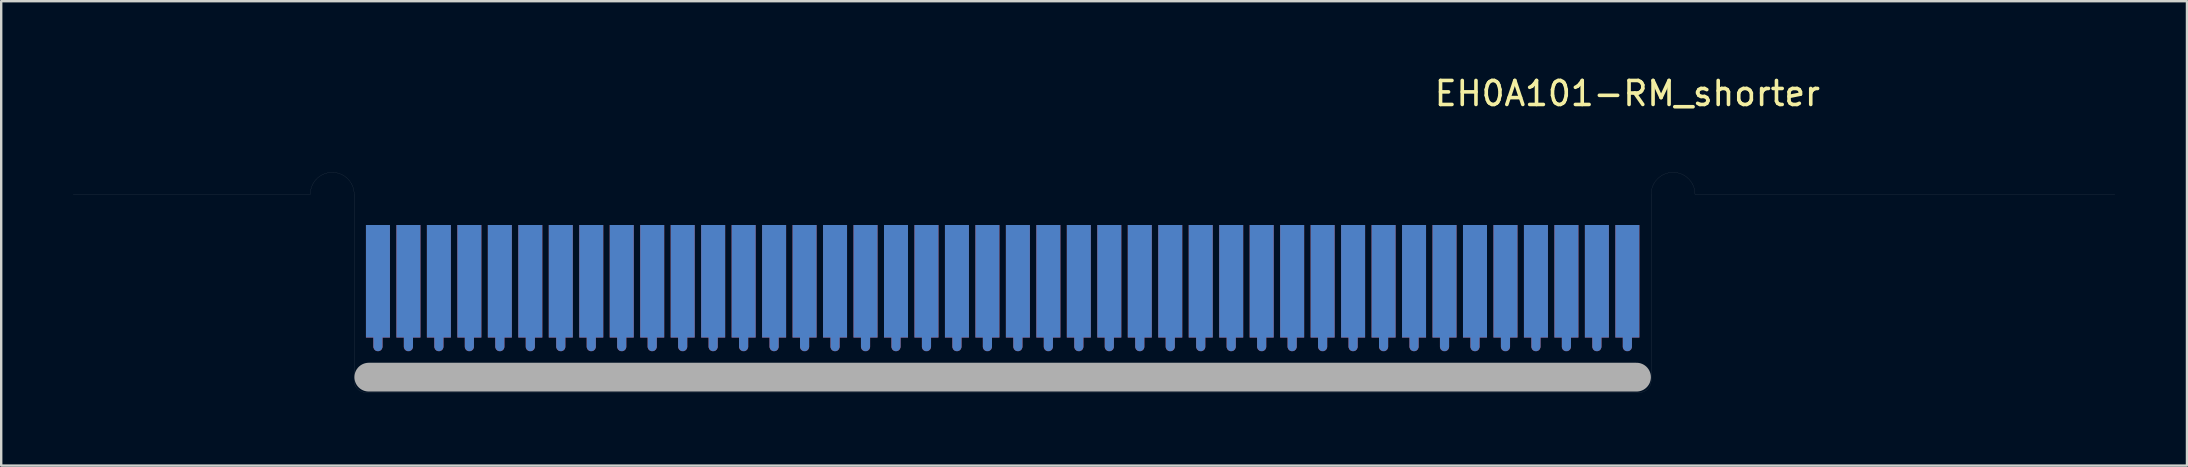
<source format=kicad_pcb>
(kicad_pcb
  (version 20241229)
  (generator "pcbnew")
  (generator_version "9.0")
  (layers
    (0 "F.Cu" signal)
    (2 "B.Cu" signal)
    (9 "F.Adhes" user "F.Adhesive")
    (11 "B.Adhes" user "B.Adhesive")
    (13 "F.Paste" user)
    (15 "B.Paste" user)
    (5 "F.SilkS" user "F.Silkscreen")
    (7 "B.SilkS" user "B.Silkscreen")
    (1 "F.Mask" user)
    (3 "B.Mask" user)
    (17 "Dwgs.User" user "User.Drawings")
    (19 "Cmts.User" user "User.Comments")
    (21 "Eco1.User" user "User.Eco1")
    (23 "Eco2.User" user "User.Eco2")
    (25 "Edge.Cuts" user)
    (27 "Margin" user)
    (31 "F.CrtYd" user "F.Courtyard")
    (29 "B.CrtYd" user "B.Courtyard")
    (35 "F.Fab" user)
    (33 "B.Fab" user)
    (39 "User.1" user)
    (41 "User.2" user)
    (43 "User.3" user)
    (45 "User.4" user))
  (footprint "EH0A101-RM_shorter"
    (layer "F.Cu")
    (at 64.771 5.048)
    (property "Reference" "EH0A101-RM_shorter" (at 0 -4.2 0) (layer "F.SilkS") (effects (font (size 1 1) (thickness 0.15))))
    (attr exclude_from_pos_files exclude_from_bom)
    (fp_poly (pts (xy 1.27 1.27) (xy 1.27 8.255) (xy -53.34 8.255) (xy -53.34 1.27)) (stroke (width 0.1) (type solid)) (fill yes) (layer "F.Mask"))
    (fp_poly (pts (xy 1.27 8.255) (xy 1.27 1.27) (xy -53.34 1.27) (xy -53.34 8.255)) (stroke (width 0.1) (type solid)) (fill yes) (layer "B.Mask"))
    (fp_line (start -54.889 0) (end -64.77 0) (stroke (width 0.003) (type solid)) (layer "Dwgs.User"))
    (fp_line (start -53.061 0) (end -53.061 7.772) (stroke (width 0.003) (type solid)) (layer "Dwgs.User"))
    (fp_line (start 0.508 8.255) (end -52.578 8.255) (stroke (width 0.003) (type solid)) (layer "Dwgs.User"))
    (fp_line (start 0.991 0) (end 0.991 7.772) (stroke (width 0.003) (type solid)) (layer "Dwgs.User"))
    (fp_line (start 20.32 0) (end 2.819 0) (stroke (width 0.003) (type solid)) (layer "Dwgs.User"))
    (fp_arc (start -54.8894 0) (mid -53.975 -0.9144) (end -53.0606 0) (stroke (width 0.00254) (type solid)) (layer "Dwgs.User"))
    (fp_arc (start -52.578 8.255) (mid -52.91925 8.11365) (end -53.0606 7.7724) (stroke (width 0.00254) (type solid)) (layer "Dwgs.User"))
    (fp_arc (start 0.9906 0) (mid 1.905 -0.9144) (end 2.8194 0) (stroke (width 0.00254) (type solid)) (layer "Dwgs.User"))
    (fp_arc (start 0.9906 7.7724) (mid 0.84925 8.11365) (end 0.508 8.255) (stroke (width 0.00254) (type solid)) (layer "Dwgs.User"))
    (fp_line (start -52.451 7.62) (end 0.381 7.62) (stroke (width 1.2) (type solid)) (layer "F.Fab"))
    (pad "A1" smd custom (at 0 1.778) (size 1 1) (layers "F.Cu" "F.Mask") (options (anchor rect)) (primitives (gr_line (start 0 0) (end 0 4.572) (width 0.381)) (gr_poly (pts (xy -0.5 -0.5) (xy 0.5 -0.5) (xy 0.5 4.191) (xy -0.5 4.191)) (width 0) (fill yes))))
    (pad "A2" smd custom (at -2.54 1.778) (size 1 1) (layers "F.Cu" "F.Mask") (options (anchor rect)) (primitives (gr_line (start 0 0) (end 0 4.572) (width 0.381)) (gr_poly (pts (xy -0.5 -0.5) (xy 0.5 -0.5) (xy 0.5 4.191) (xy -0.5 4.191)) (width 0) (fill yes))))
    (pad "A3" smd custom (at -5.08 1.778) (size 1 1) (layers "F.Cu" "F.Mask") (options (anchor rect)) (primitives (gr_line (start 0 0) (end 0 4.572) (width 0.381)) (gr_poly (pts (xy -0.5 -0.5) (xy 0.5 -0.5) (xy 0.5 4.191) (xy -0.5 4.191)) (width 0) (fill yes))))
    (pad "A4" smd custom (at -7.62 1.778) (size 1 1) (layers "F.Cu" "F.Mask") (options (anchor rect)) (primitives (gr_line (start 0 0) (end 0 4.572) (width 0.381)) (gr_poly (pts (xy -0.5 -0.5) (xy 0.5 -0.5) (xy 0.5 4.191) (xy -0.5 4.191)) (width 0) (fill yes))))
    (pad "A5" smd custom (at -10.16 1.778) (size 1 1) (layers "F.Cu" "F.Mask") (options (anchor rect)) (primitives (gr_line (start 0 0) (end 0 4.572) (width 0.381)) (gr_poly (pts (xy -0.5 -0.5) (xy 0.5 -0.5) (xy 0.5 4.191) (xy -0.5 4.191)) (width 0) (fill yes))))
    (pad "A6" smd custom (at -12.7 1.778) (size 1 1) (layers "F.Cu" "F.Mask") (options (anchor rect)) (primitives (gr_line (start 0 0) (end 0 4.572) (width 0.381)) (gr_poly (pts (xy -0.5 -0.5) (xy 0.5 -0.5) (xy 0.5 4.191) (xy -0.5 4.191)) (width 0) (fill yes))))
    (pad "A7" smd custom (at -15.24 1.778) (size 1 1) (layers "F.Cu" "F.Mask") (options (anchor rect)) (primitives (gr_line (start 0 0) (end 0 4.572) (width 0.381)) (gr_poly (pts (xy -0.5 -0.5) (xy 0.5 -0.5) (xy 0.5 4.191) (xy -0.5 4.191)) (width 0) (fill yes))))
    (pad "A8" smd custom (at -17.78 1.778) (size 1 1) (layers "F.Cu" "F.Mask") (options (anchor rect)) (primitives (gr_line (start 0 0) (end 0 4.572) (width 0.381)) (gr_poly (pts (xy -0.5 -0.5) (xy 0.5 -0.5) (xy 0.5 4.191) (xy -0.5 4.191)) (width 0) (fill yes))))
    (pad "A9" smd custom (at -20.32 1.778) (size 1 1) (layers "F.Cu" "F.Mask") (options (anchor rect)) (primitives (gr_line (start 0 0) (end 0 4.572) (width 0.381)) (gr_poly (pts (xy -0.5 -0.5) (xy 0.5 -0.5) (xy 0.5 4.191) (xy -0.5 4.191)) (width 0) (fill yes))))
    (pad "A10" smd custom (at -22.86 1.778) (size 1 1) (layers "F.Cu" "F.Mask") (options (anchor rect)) (primitives (gr_line (start 0 0) (end 0 4.572) (width 0.381)) (gr_poly (pts (xy -0.5 -0.5) (xy 0.5 -0.5) (xy 0.5 4.191) (xy -0.5 4.191)) (width 0) (fill yes))))
    (pad "A11" smd custom (at -25.4 1.778) (size 1 1) (layers "F.Cu" "F.Mask") (options (anchor rect)) (primitives (gr_line (start 0 0) (end 0 4.572) (width 0.381)) (gr_poly (pts (xy -0.5 -0.5) (xy 0.5 -0.5) (xy 0.5 4.191) (xy -0.5 4.191)) (width 0) (fill yes))))
    (pad "A12" smd custom (at -27.94 1.778) (size 1 1) (layers "F.Cu" "F.Mask") (options (anchor rect)) (primitives (gr_line (start 0 0) (end 0 4.572) (width 0.381)) (gr_poly (pts (xy -0.5 -0.5) (xy 0.5 -0.5) (xy 0.5 4.191) (xy -0.5 4.191)) (width 0) (fill yes))))
    (pad "A13" smd custom (at -30.48 1.778) (size 1 1) (layers "F.Cu" "F.Mask") (options (anchor rect)) (primitives (gr_line (start 0 0) (end 0 4.572) (width 0.381)) (gr_poly (pts (xy -0.5 -0.5) (xy 0.5 -0.5) (xy 0.5 4.191) (xy -0.5 4.191)) (width 0) (fill yes))))
    (pad "A14" smd custom (at -33.02 1.778) (size 1 1) (layers "F.Cu" "F.Mask") (options (anchor rect)) (primitives (gr_line (start 0 0) (end 0 4.572) (width 0.381)) (gr_poly (pts (xy -0.5 -0.5) (xy 0.5 -0.5) (xy 0.5 4.191) (xy -0.5 4.191)) (width 0) (fill yes))))
    (pad "A15" smd custom (at -35.56 1.778) (size 1 1) (layers "F.Cu" "F.Mask") (options (anchor rect)) (primitives (gr_line (start 0 0) (end 0 4.572) (width 0.381)) (gr_poly (pts (xy -0.5 -0.5) (xy 0.5 -0.5) (xy 0.5 4.191) (xy -0.5 4.191)) (width 0) (fill yes))))
    (pad "A16" smd custom (at -38.1 1.778) (size 1 1) (layers "F.Cu" "F.Mask") (options (anchor rect)) (primitives (gr_line (start 0 0) (end 0 4.572) (width 0.381)) (gr_poly (pts (xy -0.5 -0.5) (xy 0.5 -0.5) (xy 0.5 4.191) (xy -0.5 4.191)) (width 0) (fill yes))))
    (pad "A17" smd custom (at -40.64 1.778) (size 1 1) (layers "F.Cu" "F.Mask") (options (anchor rect)) (primitives (gr_line (start 0 0) (end 0 4.572) (width 0.381)) (gr_poly (pts (xy -0.5 -0.5) (xy 0.5 -0.5) (xy 0.5 4.191) (xy -0.5 4.191)) (width 0) (fill yes))))
    (pad "A18" smd custom (at -43.18 1.778) (size 1 1) (layers "F.Cu" "F.Mask") (options (anchor rect)) (primitives (gr_line (start 0 0) (end 0 4.572) (width 0.381)) (gr_poly (pts (xy -0.5 -0.5) (xy 0.5 -0.5) (xy 0.5 4.191) (xy -0.5 4.191)) (width 0) (fill yes))))
    (pad "A19" smd custom (at -45.72 1.778) (size 1 1) (layers "F.Cu" "F.Mask") (options (anchor rect)) (primitives (gr_line (start 0 0) (end 0 4.572) (width 0.381)) (gr_poly (pts (xy -0.5 -0.5) (xy 0.5 -0.5) (xy 0.5 4.191) (xy -0.5 4.191)) (width 0) (fill yes))))
    (pad "A20" smd custom (at -48.26 1.778) (size 1 1) (layers "F.Cu" "F.Mask") (options (anchor rect)) (primitives (gr_line (start 0 0) (end 0 4.572) (width 0.381)) (gr_poly (pts (xy -0.5 -0.5) (xy 0.5 -0.5) (xy 0.5 4.191) (xy -0.5 4.191)) (width 0) (fill yes))))
    (pad "A21" smd custom (at -50.8 1.778) (size 1 1) (layers "F.Cu" "F.Mask") (options (anchor rect)) (primitives (gr_line (start 0 0) (end 0 4.572) (width 0.381)) (gr_poly (pts (xy -0.5 -0.5) (xy 0.5 -0.5) (xy 0.5 4.191) (xy -0.5 4.191)) (width 0) (fill yes))))
    (pad "B1" smd custom (at -1.27 1.778) (size 1 1) (layers "B.Cu" "B.Mask") (options (anchor rect)) (primitives (gr_line (start 0 0) (end 0 4.572) (width 0.381)) (gr_poly (pts (xy -0.5 -0.5) (xy 0.5 -0.5) (xy 0.5 4.191) (xy -0.5 4.191)) (width 0) (fill yes))))
    (pad "B2" smd custom (at -3.81 1.778) (size 1 1) (layers "B.Cu" "B.Mask") (options (anchor rect)) (primitives (gr_line (start 0 0) (end 0 4.572) (width 0.381)) (gr_poly (pts (xy -0.5 -0.5) (xy 0.5 -0.5) (xy 0.5 4.191) (xy -0.5 4.191)) (width 0) (fill yes))))
    (pad "B3" smd custom (at -6.35 1.778) (size 1 1) (layers "B.Cu" "B.Mask") (options (anchor rect)) (primitives (gr_line (start 0 0) (end 0 4.572) (width 0.381)) (gr_poly (pts (xy -0.5 -0.5) (xy 0.5 -0.5) (xy 0.5 4.191) (xy -0.5 4.191)) (width 0) (fill yes))))
    (pad "B4" smd custom (at -8.89 1.778) (size 1 1) (layers "B.Cu" "B.Mask") (options (anchor rect)) (primitives (gr_line (start 0 0) (end 0 4.572) (width 0.381)) (gr_poly (pts (xy -0.5 -0.5) (xy 0.5 -0.5) (xy 0.5 4.191) (xy -0.5 4.191)) (width 0) (fill yes))))
    (pad "B5" smd custom (at -11.43 1.778) (size 1 1) (layers "B.Cu" "B.Mask") (options (anchor rect)) (primitives (gr_line (start 0 0) (end 0 4.572) (width 0.381)) (gr_poly (pts (xy -0.5 -0.5) (xy 0.5 -0.5) (xy 0.5 4.191) (xy -0.5 4.191)) (width 0) (fill yes))))
    (pad "B6" smd custom (at -13.97 1.778) (size 1 1) (layers "B.Cu" "B.Mask") (options (anchor rect)) (primitives (gr_line (start 0 0) (end 0 4.572) (width 0.381)) (gr_poly (pts (xy -0.5 -0.5) (xy 0.5 -0.5) (xy 0.5 4.191) (xy -0.5 4.191)) (width 0) (fill yes))))
    (pad "B7" smd custom (at -16.51 1.778) (size 1 1) (layers "B.Cu" "B.Mask") (options (anchor rect)) (primitives (gr_line (start 0 0) (end 0 4.572) (width 0.381)) (gr_poly (pts (xy -0.5 -0.5) (xy 0.5 -0.5) (xy 0.5 4.191) (xy -0.5 4.191)) (width 0) (fill yes))))
    (pad "B8" smd custom (at -19.05 1.778) (size 1 1) (layers "B.Cu" "B.Mask") (options (anchor rect)) (primitives (gr_line (start 0 0) (end 0 4.572) (width 0.381)) (gr_poly (pts (xy -0.5 -0.5) (xy 0.5 -0.5) (xy 0.5 4.191) (xy -0.5 4.191)) (width 0) (fill yes))))
    (pad "B9" smd custom (at -21.59 1.778) (size 1 1) (layers "B.Cu" "B.Mask") (options (anchor rect)) (primitives (gr_line (start 0 0) (end 0 4.572) (width 0.381)) (gr_poly (pts (xy -0.5 -0.5) (xy 0.5 -0.5) (xy 0.5 4.191) (xy -0.5 4.191)) (width 0) (fill yes))))
    (pad "B10" smd custom (at -24.13 1.778) (size 1 1) (layers "B.Cu" "B.Mask") (options (anchor rect)) (primitives (gr_line (start 0 0) (end 0 4.572) (width 0.381)) (gr_poly (pts (xy -0.5 -0.5) (xy 0.5 -0.5) (xy 0.5 4.191) (xy -0.5 4.191)) (width 0) (fill yes))))
    (pad "B11" smd custom (at -26.67 1.778) (size 1 1) (layers "B.Cu" "B.Mask") (options (anchor rect)) (primitives (gr_line (start 0 0) (end 0 4.572) (width 0.381)) (gr_poly (pts (xy -0.5 -0.5) (xy 0.5 -0.5) (xy 0.5 4.191) (xy -0.5 4.191)) (width 0) (fill yes))))
    (pad "B12" smd custom (at -29.21 1.778) (size 1 1) (layers "B.Cu" "B.Mask") (options (anchor rect)) (primitives (gr_line (start 0 0) (end 0 4.572) (width 0.381)) (gr_poly (pts (xy -0.5 -0.5) (xy 0.5 -0.5) (xy 0.5 4.191) (xy -0.5 4.191)) (width 0) (fill yes))))
    (pad "B13" smd custom (at -31.75 1.778) (size 1 1) (layers "B.Cu" "B.Mask") (options (anchor rect)) (primitives (gr_line (start 0 0) (end 0 4.572) (width 0.381)) (gr_poly (pts (xy -0.5 -0.5) (xy 0.5 -0.5) (xy 0.5 4.191) (xy -0.5 4.191)) (width 0) (fill yes))))
    (pad "B14" smd custom (at -34.29 1.778) (size 1 1) (layers "B.Cu" "B.Mask") (options (anchor rect)) (primitives (gr_line (start 0 0) (end 0 4.572) (width 0.381)) (gr_poly (pts (xy -0.5 -0.5) (xy 0.5 -0.5) (xy 0.5 4.191) (xy -0.5 4.191)) (width 0) (fill yes))))
    (pad "B15" smd custom (at -36.83 1.778) (size 1 1) (layers "B.Cu" "B.Mask") (options (anchor rect)) (primitives (gr_line (start 0 0) (end 0 4.572) (width 0.381)) (gr_poly (pts (xy -0.5 -0.5) (xy 0.5 -0.5) (xy 0.5 4.191) (xy -0.5 4.191)) (width 0) (fill yes))))
    (pad "B16" smd custom (at -39.37 1.778) (size 1 1) (layers "B.Cu" "B.Mask") (options (anchor rect)) (primitives (gr_line (start 0 0) (end 0 4.572) (width 0.381)) (gr_poly (pts (xy -0.5 -0.5) (xy 0.5 -0.5) (xy 0.5 4.191) (xy -0.5 4.191)) (width 0) (fill yes))))
    (pad "B17" smd custom (at -41.91 1.778) (size 1 1) (layers "B.Cu" "B.Mask") (options (anchor rect)) (primitives (gr_line (start 0 0) (end 0 4.572) (width 0.381)) (gr_poly (pts (xy -0.5 -0.5) (xy 0.5 -0.5) (xy 0.5 4.191) (xy -0.5 4.191)) (width 0) (fill yes))))
    (pad "B18" smd custom (at -44.45 1.778) (size 1 1) (layers "B.Cu" "B.Mask") (options (anchor rect)) (primitives (gr_line (start 0 0) (end 0 4.572) (width 0.381)) (gr_poly (pts (xy -0.5 -0.5) (xy 0.5 -0.5) (xy 0.5 4.191) (xy -0.5 4.191)) (width 0) (fill yes))))
    (pad "B19" smd custom (at -46.99 1.778) (size 1 1) (layers "B.Cu" "B.Mask") (options (anchor rect)) (primitives (gr_line (start 0 0) (end 0 4.572) (width 0.381)) (gr_poly (pts (xy -0.5 -0.5) (xy 0.5 -0.5) (xy 0.5 4.191) (xy -0.5 4.191)) (width 0) (fill yes))))
    (pad "B20" smd custom (at -49.53 1.778) (size 1 1) (layers "B.Cu" "B.Mask") (options (anchor rect)) (primitives (gr_line (start 0 0) (end 0 4.572) (width 0.381)) (gr_poly (pts (xy -0.5 -0.5) (xy 0.5 -0.5) (xy 0.5 4.191) (xy -0.5 4.191)) (width 0) (fill yes))))
    (pad "B21" smd custom (at -52.07 1.778) (size 1 1) (layers "B.Cu" "B.Mask") (options (anchor rect)) (primitives (gr_line (start 0 0) (end 0 4.572) (width 0.381)) (gr_poly (pts (xy -0.5 -0.5) (xy 0.5 -0.5) (xy 0.5 4.191) (xy -0.5 4.191)) (width 0) (fill yes))))
    (pad "GA1" smd custom (at 0 1.778) (size 1 1) (layers "B.Cu" "B.Mask") (options (anchor rect)) (primitives (gr_line (start 0 0) (end 0 4.572) (width 0.381)) (gr_poly (pts (xy -0.5 -0.5) (xy 0.5 -0.5) (xy 0.5 4.191) (xy -0.5 4.191)) (width 0) (fill yes))))
    (pad "GA2" smd custom (at -2.54 1.778) (size 1 1) (layers "B.Cu" "B.Mask") (options (anchor rect)) (primitives (gr_line (start 0 0) (end 0 4.572) (width 0.381)) (gr_poly (pts (xy -0.5 -0.5) (xy 0.5 -0.5) (xy 0.5 4.191) (xy -0.5 4.191)) (width 0) (fill yes))))
    (pad "GA3" smd custom (at -5.08 1.778) (size 1 1) (layers "B.Cu" "B.Mask") (options (anchor rect)) (primitives (gr_line (start 0 0) (end 0 4.572) (width 0.381)) (gr_poly (pts (xy -0.5 -0.5) (xy 0.5 -0.5) (xy 0.5 4.191) (xy -0.5 4.191)) (width 0) (fill yes))))
    (pad "GA4" smd custom (at -7.62 1.778) (size 1 1) (layers "B.Cu" "B.Mask") (options (anchor rect)) (primitives (gr_line (start 0 0) (end 0 4.572) (width 0.381)) (gr_poly (pts (xy -0.5 -0.5) (xy 0.5 -0.5) (xy 0.5 4.191) (xy -0.5 4.191)) (width 0) (fill yes))))
    (pad "GA5" smd custom (at -10.16 1.778) (size 1 1) (layers "B.Cu" "B.Mask") (options (anchor rect)) (primitives (gr_line (start 0 0) (end 0 4.572) (width 0.381)) (gr_poly (pts (xy -0.5 -0.5) (xy 0.5 -0.5) (xy 0.5 4.191) (xy -0.5 4.191)) (width 0) (fill yes))))
    (pad "GA6" smd custom (at -12.7 1.778) (size 1 1) (layers "B.Cu" "B.Mask") (options (anchor rect)) (primitives (gr_line (start 0 0) (end 0 4.572) (width 0.381)) (gr_poly (pts (xy -0.5 -0.5) (xy 0.5 -0.5) (xy 0.5 4.191) (xy -0.5 4.191)) (width 0) (fill yes))))
    (pad "GA7" smd custom (at -15.24 1.778) (size 1 1) (layers "B.Cu" "B.Mask") (options (anchor rect)) (primitives (gr_line (start 0 0) (end 0 4.572) (width 0.381)) (gr_poly (pts (xy -0.5 -0.5) (xy 0.5 -0.5) (xy 0.5 4.191) (xy -0.5 4.191)) (width 0) (fill yes))))
    (pad "GA8" smd custom (at -17.78 1.778) (size 1 1) (layers "B.Cu" "B.Mask") (options (anchor rect)) (primitives (gr_line (start 0 0) (end 0 4.572) (width 0.381)) (gr_poly (pts (xy -0.5 -0.5) (xy 0.5 -0.5) (xy 0.5 4.191) (xy -0.5 4.191)) (width 0) (fill yes))))
    (pad "GA9" smd custom (at -20.32 1.778) (size 1 1) (layers "B.Cu" "B.Mask") (options (anchor rect)) (primitives (gr_line (start 0 0) (end 0 4.572) (width 0.381)) (gr_poly (pts (xy -0.5 -0.5) (xy 0.5 -0.5) (xy 0.5 4.191) (xy -0.5 4.191)) (width 0) (fill yes))))
    (pad "GA10" smd custom (at -22.86 1.778) (size 1 1) (layers "B.Cu" "B.Mask") (options (anchor rect)) (primitives (gr_line (start 0 0) (end 0 4.572) (width 0.381)) (gr_poly (pts (xy -0.5 -0.5) (xy 0.5 -0.5) (xy 0.5 4.191) (xy -0.5 4.191)) (width 0) (fill yes))))
    (pad "GA11" smd custom (at -25.4 1.778) (size 1 1) (layers "B.Cu" "B.Mask") (options (anchor rect)) (primitives (gr_line (start 0 0) (end 0 4.572) (width 0.381)) (gr_poly (pts (xy -0.5 -0.5) (xy 0.5 -0.5) (xy 0.5 4.191) (xy -0.5 4.191)) (width 0) (fill yes))))
    (pad "GA12" smd custom (at -27.94 1.778) (size 1 1) (layers "B.Cu" "B.Mask") (options (anchor rect)) (primitives (gr_line (start 0 0) (end 0 4.572) (width 0.381)) (gr_poly (pts (xy -0.5 -0.5) (xy 0.5 -0.5) (xy 0.5 4.191) (xy -0.5 4.191)) (width 0) (fill yes))))
    (pad "GA13" smd custom (at -30.48 1.778) (size 1 1) (layers "B.Cu" "B.Mask") (options (anchor rect)) (primitives (gr_line (start 0 0) (end 0 4.572) (width 0.381)) (gr_poly (pts (xy -0.5 -0.5) (xy 0.5 -0.5) (xy 0.5 4.191) (xy -0.5 4.191)) (width 0) (fill yes))))
    (pad "GA14" smd custom (at -33.02 1.778) (size 1 1) (layers "B.Cu" "B.Mask") (options (anchor rect)) (primitives (gr_line (start 0 0) (end 0 4.572) (width 0.381)) (gr_poly (pts (xy -0.5 -0.5) (xy 0.5 -0.5) (xy 0.5 4.191) (xy -0.5 4.191)) (width 0) (fill yes))))
    (pad "GA15" smd custom (at -35.56 1.778) (size 1 1) (layers "B.Cu" "B.Mask") (options (anchor rect)) (primitives (gr_line (start 0 0) (end 0 4.572) (width 0.381)) (gr_poly (pts (xy -0.5 -0.5) (xy 0.5 -0.5) (xy 0.5 4.191) (xy -0.5 4.191)) (width 0) (fill yes))))
    (pad "GA16" smd custom (at -38.1 1.778) (size 1 1) (layers "B.Cu" "B.Mask") (options (anchor rect)) (primitives (gr_line (start 0 0) (end 0 4.572) (width 0.381)) (gr_poly (pts (xy -0.5 -0.5) (xy 0.5 -0.5) (xy 0.5 4.191) (xy -0.5 4.191)) (width 0) (fill yes))))
    (pad "GA17" smd custom (at -40.64 1.778) (size 1 1) (layers "B.Cu" "B.Mask") (options (anchor rect)) (primitives (gr_line (start 0 0) (end 0 4.572) (width 0.381)) (gr_poly (pts (xy -0.5 -0.5) (xy 0.5 -0.5) (xy 0.5 4.191) (xy -0.5 4.191)) (width 0) (fill yes))))
    (pad "GA18" smd custom (at -43.18 1.778) (size 1 1) (layers "B.Cu" "B.Mask") (options (anchor rect)) (primitives (gr_line (start 0 0) (end 0 4.572) (width 0.381)) (gr_poly (pts (xy -0.5 -0.5) (xy 0.5 -0.5) (xy 0.5 4.191) (xy -0.5 4.191)) (width 0) (fill yes))))
    (pad "GA19" smd custom (at -45.72 1.778) (size 1 1) (layers "B.Cu" "B.Mask") (options (anchor rect)) (primitives (gr_line (start 0 0) (end 0 4.572) (width 0.381)) (gr_poly (pts (xy -0.5 -0.5) (xy 0.5 -0.5) (xy 0.5 4.191) (xy -0.5 4.191)) (width 0) (fill yes))))
    (pad "GA20" smd custom (at -48.26 1.778) (size 1 1) (layers "B.Cu" "B.Mask") (options (anchor rect)) (primitives (gr_line (start 0 0) (end 0 4.572) (width 0.381)) (gr_poly (pts (xy -0.5 -0.5) (xy 0.5 -0.5) (xy 0.5 4.191) (xy -0.5 4.191)) (width 0) (fill yes))))
    (pad "GA21" smd custom (at -50.8 1.778) (size 1 1) (layers "B.Cu" "B.Mask") (options (anchor rect)) (primitives (gr_line (start 0 0) (end 0 4.572) (width 0.381)) (gr_poly (pts (xy -0.5 -0.5) (xy 0.5 -0.5) (xy 0.5 4.191) (xy -0.5 4.191)) (width 0) (fill yes))))
    (pad "GB1" smd custom (at -1.27 1.778) (size 1 1) (layers "F.Cu" "F.Mask") (options (anchor rect)) (primitives (gr_line (start 0 0) (end 0 4.572) (width 0.381)) (gr_poly (pts (xy -0.5 -0.5) (xy 0.5 -0.5) (xy 0.5 4.191) (xy -0.5 4.191)) (width 0) (fill yes))))
    (pad "GB2" smd custom (at -3.81 1.778) (size 1 1) (layers "F.Cu" "F.Mask") (options (anchor rect)) (primitives (gr_line (start 0 0) (end 0 4.572) (width 0.381)) (gr_poly (pts (xy -0.5 -0.5) (xy 0.5 -0.5) (xy 0.5 4.191) (xy -0.5 4.191)) (width 0) (fill yes))))
    (pad "GB3" smd custom (at -6.35 1.778) (size 1 1) (layers "F.Cu" "F.Mask") (options (anchor rect)) (primitives (gr_line (start 0 0) (end 0 4.572) (width 0.381)) (gr_poly (pts (xy -0.5 -0.5) (xy 0.5 -0.5) (xy 0.5 4.191) (xy -0.5 4.191)) (width 0) (fill yes))))
    (pad "GB4" smd custom (at -8.89 1.778) (size 1 1) (layers "F.Cu" "F.Mask") (options (anchor rect)) (primitives (gr_line (start 0 0) (end 0 4.572) (width 0.381)) (gr_poly (pts (xy -0.5 -0.5) (xy 0.5 -0.5) (xy 0.5 4.191) (xy -0.5 4.191)) (width 0) (fill yes))))
    (pad "GB5" smd custom (at -11.43 1.778) (size 1 1) (layers "F.Cu" "F.Mask") (options (anchor rect)) (primitives (gr_line (start 0 0) (end 0 4.572) (width 0.381)) (gr_poly (pts (xy -0.5 -0.5) (xy 0.5 -0.5) (xy 0.5 4.191) (xy -0.5 4.191)) (width 0) (fill yes))))
    (pad "GB6" smd custom (at -13.97 1.778) (size 1 1) (layers "F.Cu" "F.Mask") (options (anchor rect)) (primitives (gr_line (start 0 0) (end 0 4.572) (width 0.381)) (gr_poly (pts (xy -0.5 -0.5) (xy 0.5 -0.5) (xy 0.5 4.191) (xy -0.5 4.191)) (width 0) (fill yes))))
    (pad "GB7" smd custom (at -16.51 1.778) (size 1 1) (layers "F.Cu" "F.Mask") (options (anchor rect)) (primitives (gr_line (start 0 0) (end 0 4.572) (width 0.381)) (gr_poly (pts (xy -0.5 -0.5) (xy 0.5 -0.5) (xy 0.5 4.191) (xy -0.5 4.191)) (width 0) (fill yes))))
    (pad "GB8" smd custom (at -19.05 1.778) (size 1 1) (layers "F.Cu" "F.Mask") (options (anchor rect)) (primitives (gr_line (start 0 0) (end 0 4.572) (width 0.381)) (gr_poly (pts (xy -0.5 -0.5) (xy 0.5 -0.5) (xy 0.5 4.191) (xy -0.5 4.191)) (width 0) (fill yes))))
    (pad "GB9" smd custom (at -21.59 1.778) (size 1 1) (layers "F.Cu" "F.Mask") (options (anchor rect)) (primitives (gr_line (start 0 0) (end 0 4.572) (width 0.381)) (gr_poly (pts (xy -0.5 -0.5) (xy 0.5 -0.5) (xy 0.5 4.191) (xy -0.5 4.191)) (width 0) (fill yes))))
    (pad "GB10" smd custom (at -24.13 1.778) (size 1 1) (layers "F.Cu" "F.Mask") (options (anchor rect)) (primitives (gr_line (start 0 0) (end 0 4.572) (width 0.381)) (gr_poly (pts (xy -0.5 -0.5) (xy 0.5 -0.5) (xy 0.5 4.191) (xy -0.5 4.191)) (width 0) (fill yes))))
    (pad "GB11" smd custom (at -26.67 1.778) (size 1 1) (layers "F.Cu" "F.Mask") (options (anchor rect)) (primitives (gr_line (start 0 0) (end 0 4.572) (width 0.381)) (gr_poly (pts (xy -0.5 -0.5) (xy 0.5 -0.5) (xy 0.5 4.191) (xy -0.5 4.191)) (width 0) (fill yes))))
    (pad "GB12" smd custom (at -29.21 1.778) (size 1 1) (layers "F.Cu" "F.Mask") (options (anchor rect)) (primitives (gr_line (start 0 0) (end 0 4.572) (width 0.381)) (gr_poly (pts (xy -0.5 -0.5) (xy 0.5 -0.5) (xy 0.5 4.191) (xy -0.5 4.191)) (width 0) (fill yes))))
    (pad "GB13" smd custom (at -31.75 1.778) (size 1 1) (layers "F.Cu" "F.Mask") (options (anchor rect)) (primitives (gr_line (start 0 0) (end 0 4.572) (width 0.381)) (gr_poly (pts (xy -0.5 -0.5) (xy 0.5 -0.5) (xy 0.5 4.191) (xy -0.5 4.191)) (width 0) (fill yes))))
    (pad "GB14" smd custom (at -34.29 1.778) (size 1 1) (layers "F.Cu" "F.Mask") (options (anchor rect)) (primitives (gr_line (start 0 0) (end 0 4.572) (width 0.381)) (gr_poly (pts (xy -0.5 -0.5) (xy 0.5 -0.5) (xy 0.5 4.191) (xy -0.5 4.191)) (width 0) (fill yes))))
    (pad "GB15" smd custom (at -36.83 1.778) (size 1 1) (layers "F.Cu" "F.Mask") (options (anchor rect)) (primitives (gr_line (start 0 0) (end 0 4.572) (width 0.381)) (gr_poly (pts (xy -0.5 -0.5) (xy 0.5 -0.5) (xy 0.5 4.191) (xy -0.5 4.191)) (width 0) (fill yes))))
    (pad "GB16" smd custom (at -39.37 1.778) (size 1 1) (layers "F.Cu" "F.Mask") (options (anchor rect)) (primitives (gr_line (start 0 0) (end 0 4.572) (width 0.381)) (gr_poly (pts (xy -0.5 -0.5) (xy 0.5 -0.5) (xy 0.5 4.191) (xy -0.5 4.191)) (width 0) (fill yes))))
    (pad "GB17" smd custom (at -41.91 1.778) (size 1 1) (layers "F.Cu" "F.Mask") (options (anchor rect)) (primitives (gr_line (start 0 0) (end 0 4.572) (width 0.381)) (gr_poly (pts (xy -0.5 -0.5) (xy 0.5 -0.5) (xy 0.5 4.191) (xy -0.5 4.191)) (width 0) (fill yes))))
    (pad "GB18" smd custom (at -44.45 1.778) (size 1 1) (layers "F.Cu" "F.Mask") (options (anchor rect)) (primitives (gr_line (start 0 0) (end 0 4.572) (width 0.381)) (gr_poly (pts (xy -0.5 -0.5) (xy 0.5 -0.5) (xy 0.5 4.191) (xy -0.5 4.191)) (width 0) (fill yes))))
    (pad "GB19" smd custom (at -46.99 1.778) (size 1 1) (layers "F.Cu" "F.Mask") (options (anchor rect)) (primitives (gr_line (start 0 0) (end 0 4.572) (width 0.381)) (gr_poly (pts (xy -0.5 -0.5) (xy 0.5 -0.5) (xy 0.5 4.191) (xy -0.5 4.191)) (width 0) (fill yes))))
    (pad "GB20" smd custom (at -49.53 1.778) (size 1 1) (layers "F.Cu" "F.Mask") (options (anchor rect)) (primitives (gr_line (start 0 0) (end 0 4.572) (width 0.381)) (gr_poly (pts (xy -0.5 -0.5) (xy 0.5 -0.5) (xy 0.5 4.191) (xy -0.5 4.191)) (width 0) (fill yes))))
    (pad "GB21" smd custom (at -52.07 1.778) (size 1 1) (layers "F.Cu" "F.Mask") (options (anchor rect)) (primitives (gr_line (start 0 0) (end 0 4.572) (width 0.381)) (gr_poly (pts (xy -0.5 -0.5) (xy 0.5 -0.5) (xy 0.5 4.191) (xy -0.5 4.191)) (width 0) (fill yes)))))
  (gr_rect
    (start -3 -3)
    (end 88.093 16.353)
    (stroke (width 0.1) (type default))
    (fill no)
    (layer "Edge.Cuts")))
</source>
